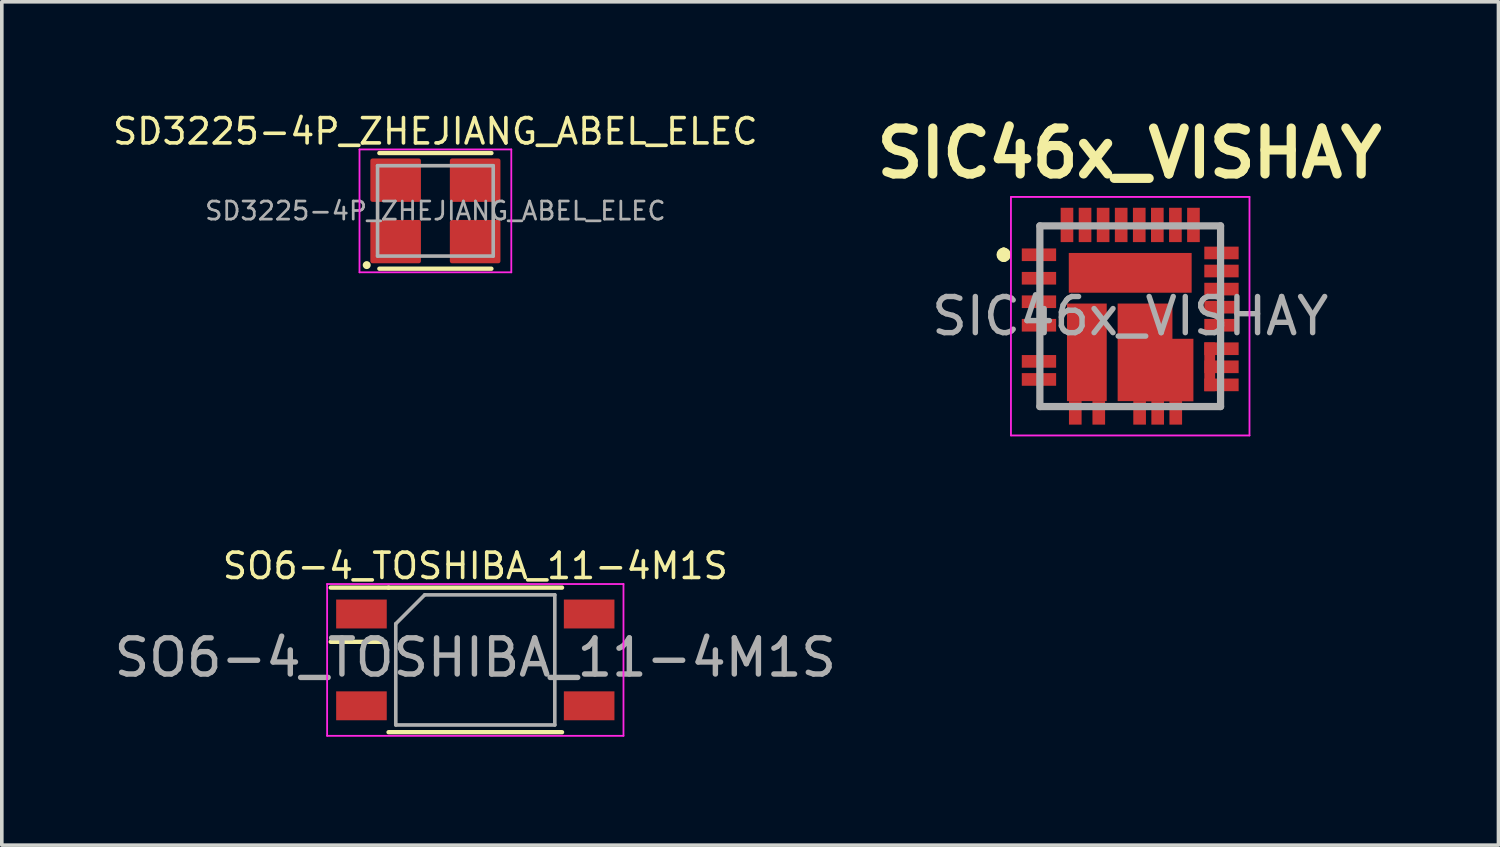
<source format=kicad_pcb>
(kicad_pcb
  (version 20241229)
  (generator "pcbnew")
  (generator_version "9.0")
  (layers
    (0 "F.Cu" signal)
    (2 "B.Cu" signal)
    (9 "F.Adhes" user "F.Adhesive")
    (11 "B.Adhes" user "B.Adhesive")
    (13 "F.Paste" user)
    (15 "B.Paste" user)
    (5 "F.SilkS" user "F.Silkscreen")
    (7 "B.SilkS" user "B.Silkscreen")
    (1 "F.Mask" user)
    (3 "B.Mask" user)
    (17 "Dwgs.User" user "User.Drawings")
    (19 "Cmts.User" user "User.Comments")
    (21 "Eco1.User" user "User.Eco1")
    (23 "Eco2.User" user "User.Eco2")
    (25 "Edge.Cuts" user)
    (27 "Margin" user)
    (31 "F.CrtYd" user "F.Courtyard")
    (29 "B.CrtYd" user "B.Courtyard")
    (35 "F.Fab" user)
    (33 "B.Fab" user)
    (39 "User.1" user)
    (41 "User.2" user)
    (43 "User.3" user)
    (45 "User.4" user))
  (footprint "SIC46x_VISHAY"
    (layer "F.Cu")
    (at 28.222 5.699)
    (property "Reference" "SIC46x_VISHAY" (at -0.02 -4.51 0) (layer "F.SilkS") (effects (font (size 1.27 1.27) (thickness 0.254))))
    (fp_line (start -3.5 -1.8) (end -3.5 -1.8) (stroke (width 0.2) (type solid)) (layer "F.SilkS"))
    (fp_line (start -3.5 -1.6) (end -3.5 -1.6) (stroke (width 0.2) (type solid)) (layer "F.SilkS"))
    (fp_line (start -2.5 -2.5) (end -2.5 -2.2) (stroke (width 0.1) (type solid)) (layer "F.SilkS"))
    (fp_line (start -2.5 0.7) (end -2.5 0.8) (stroke (width 0.1) (type solid)) (layer "F.SilkS"))
    (fp_line (start -2.5 2.5) (end -2.5 2.3) (stroke (width 0.1) (type solid)) (layer "F.SilkS"))
    (fp_line (start -2.2 -2.5) (end -2.5 -2.5) (stroke (width 0.1) (type solid)) (layer "F.SilkS"))
    (fp_line (start -2 2.5) (end -2.5 2.5) (stroke (width 0.1) (type solid)) (layer "F.SilkS"))
    (fp_line (start 2 2.5) (end 2.5 2.5) (stroke (width 0.1) (type solid)) (layer "F.SilkS"))
    (fp_line (start 2.5 -2.5) (end 2.2 -2.5) (stroke (width 0.1) (type solid)) (layer "F.SilkS"))
    (fp_line (start 2.5 -2.2) (end 2.5 -2.5) (stroke (width 0.1) (type solid)) (layer "F.SilkS"))
    (fp_line (start 2.5 2.5) (end 2.5 2.3) (stroke (width 0.1) (type solid)) (layer "F.SilkS"))
    (fp_arc (start -3.5 -1.8) (mid -3.4 -1.7) (end -3.5 -1.6) (stroke (width 0.2) (type solid)) (layer "F.SilkS"))
    (fp_arc (start -3.5 -1.6) (mid -3.6 -1.7) (end -3.5 -1.8) (stroke (width 0.2) (type solid)) (layer "F.SilkS"))
    (fp_rect (start -1.49 -0.09) (end -0.91 0.79) (stroke (width 0.12) (type solid)) (fill yes) (layer "F.Paste"))
    (fp_rect (start -1.49 1.21) (end -0.91 2.09) (stroke (width 0.12) (type solid)) (fill yes) (layer "F.Paste"))
    (fp_rect (start -1.44 -1.49) (end -1.06 -0.91) (stroke (width 0.12) (type solid)) (fill yes) (layer "F.Paste"))
    (fp_rect (start -0.44 -1.49) (end 0.44 -0.91) (stroke (width 0.12) (type solid)) (fill yes) (layer "F.Paste"))
    (fp_rect (start -0.09 -0.09) (end 0.91 0.36) (stroke (width 0.12) (type solid)) (fill yes) (layer "F.Paste"))
    (fp_rect (start -0.09 0.78) (end 0.91 1.23) (stroke (width 0.12) (type solid)) (fill yes) (layer "F.Paste"))
    (fp_rect (start -0.09 1.645) (end 0.91 2.095) (stroke (width 0.12) (type solid)) (fill yes) (layer "F.Paste"))
    (fp_rect (start 1.06 -1.49) (end 1.44 -0.91) (stroke (width 0.12) (type solid)) (fill yes) (layer "F.Paste"))
    (fp_rect (start 1.16 0.885) (end 1.43 2.095) (stroke (width 0.12) (type solid)) (fill yes) (layer "F.Paste"))
    (fp_rect (start 2.12 0.79) (end 2.28 2.02) (stroke (width 0.12) (type solid)) (fill yes) (layer "F.Paste"))
    (fp_line (start -3.3 -3.3) (end 3.3 -3.3) (stroke (width 0.05) (type solid)) (layer "F.CrtYd"))
    (fp_line (start -3.3 3.3) (end -3.3 -3.3) (stroke (width 0.05) (type solid)) (layer "F.CrtYd"))
    (fp_line (start 3.3 3.3) (end -3.3 3.3) (stroke (width 0.05) (type solid)) (layer "F.CrtYd"))
    (fp_line (start 3.3 3.3) (end 3.3 -3.3) (stroke (width 0.05) (type solid)) (layer "F.CrtYd"))
    (fp_line (start -2.5 -2.5) (end 2.5 -2.5) (stroke (width 0.2) (type solid)) (layer "F.Fab"))
    (fp_line (start -2.5 2.5) (end -2.5 -2.5) (stroke (width 0.2) (type solid)) (layer "F.Fab"))
    (fp_line (start 2.5 -2.5) (end 2.5 2.5) (stroke (width 0.2) (type solid)) (layer "F.Fab"))
    (fp_line (start 2.5 2.5) (end -2.5 2.5) (stroke (width 0.2) (type solid)) (layer "F.Fab"))
    (fp_text user "${REFERENCE}" (at 0 0 0) (layer "F.Fab") (effects (font (size 1 1) (thickness 0.15))))
    (pad "1" smd rect (at -2.525 -1.7 90) (size 0.35 0.95) (layers "F.Cu" "F.Mask" "F.Paste"))
    (pad "2" smd rect (at -2.525 -1.05 90) (size 0.35 0.95) (layers "F.Cu" "F.Mask" "F.Paste"))
    (pad "3" smd rect (at -2.525 -0.4 90) (size 0.35 0.95) (layers "F.Cu" "F.Mask" "F.Paste"))
    (pad "4" smd rect (at -2.525 0.25 90) (size 0.35 0.95) (layers "F.Cu" "F.Mask" "F.Paste"))
    (pad "5" smd rect (at -2.525 1.25 90) (size 0.35 0.95) (layers "F.Cu" "F.Mask" "F.Paste"))
    (pad "6" smd rect (at -2.525 1.75 90) (size 0.35 0.95) (layers "F.Cu" "F.Mask" "F.Paste"))
    (pad "7" smd rect (at -1.52 2.675) (size 0.35 0.65) (layers "F.Cu" "F.Mask" "F.Paste"))
    (pad "8" smd rect (at -0.87 2.675) (size 0.35 0.65) (layers "F.Cu" "F.Mask" "F.Paste"))
    (pad "9" smd rect (at 0.26 2.675) (size 0.35 0.65) (layers "F.Cu" "F.Mask" "F.Paste"))
    (pad "10" smd rect (at 0.76 2.675) (size 0.35 0.65) (layers "F.Cu" "F.Mask" "F.Paste"))
    (pad "11" smd rect (at 1.26 2.675) (size 0.35 0.65) (layers "F.Cu" "F.Mask" "F.Paste"))
    (pad "12" smd rect (at 2.525 1.9 90) (size 0.35 0.95) (layers "F.Cu" "F.Mask" "F.Paste"))
    (pad "13" smd rect (at 2.2 1.4) (size 0.3 1.35) (layers "F.Cu" "F.Mask"))
    (pad "13" smd rect (at 2.525 1.4 90) (size 0.35 0.95) (layers "F.Cu" "F.Mask" "F.Paste"))
    (pad "14" smd rect (at 2.525 0.9 90) (size 0.35 0.95) (layers "F.Cu" "F.Mask" "F.Paste"))
    (pad "15" smd rect (at 2.525 0.25 90) (size 0.35 0.95) (layers "F.Cu" "F.Mask" "F.Paste"))
    (pad "16" smd rect (at 2.525 -0.25 90) (size 0.35 0.95) (layers "F.Cu" "F.Mask" "F.Paste"))
    (pad "17" smd rect (at 2.525 -0.75 90) (size 0.35 0.95) (layers "F.Cu" "F.Mask" "F.Paste"))
    (pad "18" smd rect (at 2.525 -1.25 90) (size 0.35 0.95) (layers "F.Cu" "F.Mask" "F.Paste"))
    (pad "19" smd rect (at 2.525 -1.75 90) (size 0.35 0.95) (layers "F.Cu" "F.Mask" "F.Paste"))
    (pad "20" smd rect (at 1.75 -2.525) (size 0.35 0.95) (layers "F.Cu" "F.Mask" "F.Paste"))
    (pad "21" smd rect (at 1.25 -2.525) (size 0.35 0.95) (layers "F.Cu" "F.Mask" "F.Paste"))
    (pad "22" smd rect (at 0.75 -2.525) (size 0.35 0.95) (layers "F.Cu" "F.Mask" "F.Paste"))
    (pad "23" smd rect (at 0.25 -2.525) (size 0.35 0.95) (layers "F.Cu" "F.Mask" "F.Paste"))
    (pad "24" smd rect (at -0.25 -2.525) (size 0.35 0.95) (layers "F.Cu" "F.Mask" "F.Paste"))
    (pad "25" smd rect (at -0.75 -2.525) (size 0.35 0.95) (layers "F.Cu" "F.Mask" "F.Paste"))
    (pad "26" smd rect (at -1.25 -2.525) (size 0.35 0.95) (layers "F.Cu" "F.Mask" "F.Paste"))
    (pad "27" smd rect (at -1.75 -2.525) (size 0.35 0.95) (layers "F.Cu" "F.Mask" "F.Paste"))
    (pad "28" smd rect (at 0 -1.2 90) (size 1.1 3.4) (layers "F.Cu" "F.Mask"))
    (pad "29" smd rect (at -1.2 1) (size 1.1 2.7) (layers "F.Cu" "F.Mask"))
    (pad "30" smd rect (at 0.41 1) (size 1.516 2.7) (layers "F.Cu" "F.Mask"))
    (pad "30" smd rect (at 1.05 1.49) (size 1.397 1.73) (layers "F.Cu" "F.Mask")))
  (footprint "SO6-4_TOSHIBA_11-4M1S"
    (layer "F.Cu")
    (at 10.101 15.209)
    (property "Reference" "SO6-4_TOSHIBA_11-4M1S" (at 0 -2.6 0) (layer "F.SilkS") (effects (font (size 0.7 0.7) (thickness 0.1))))
    (attr smd)
    (fp_line (start -2.5 -0.5) (end -4 -0.5) (stroke (width 0.12) (type solid)) (layer "F.SilkS"))
    (fp_line (start -2.4 -2) (end -4 -2) (stroke (width 0.12) (type solid)) (layer "F.SilkS"))
    (fp_line (start -2.4 -2) (end 2.4 -2) (stroke (width 0.12) (type solid)) (layer "F.SilkS"))
    (fp_line (start 2.4 2) (end -2.4 2) (stroke (width 0.12) (type solid)) (layer "F.SilkS"))
    (fp_line (start -4.1 -2.1) (end -4.1 2.1) (stroke (width 0.05) (type solid)) (layer "F.CrtYd"))
    (fp_line (start -4.1 -2.1) (end 4.1 -2.1) (stroke (width 0.05) (type solid)) (layer "F.CrtYd"))
    (fp_line (start 4.1 2.1) (end -4.1 2.1) (stroke (width 0.05) (type solid)) (layer "F.CrtYd"))
    (fp_line (start 4.1 2.1) (end 4.1 -2.1) (stroke (width 0.05) (type solid)) (layer "F.CrtYd"))
    (fp_line (start -2.2 -1) (end -1.4 -1.8) (stroke (width 0.1) (type solid)) (layer "F.Fab"))
    (fp_line (start -2.2 1.8) (end -2.2 -1) (stroke (width 0.1) (type solid)) (layer "F.Fab"))
    (fp_line (start -1.4 -1.8) (end 2.2 -1.8) (stroke (width 0.1) (type solid)) (layer "F.Fab"))
    (fp_line (start 2.2 -1.8) (end 2.2 1.8) (stroke (width 0.1) (type solid)) (layer "F.Fab"))
    (fp_line (start 2.2 1.8) (end -2.2 1.8) (stroke (width 0.1) (type solid)) (layer "F.Fab"))
    (fp_text user "${REFERENCE}" (at 0 -0.065 0) (layer "F.Fab") (effects (font (size 1 1) (thickness 0.15))))
    (pad "1" smd rect (at -3.15 -1.27) (size 1.4 0.8) (layers "F.Cu" "F.Mask" "F.Paste"))
    (pad "3" smd rect (at -3.15 1.27) (size 1.4 0.8) (layers "F.Cu" "F.Mask" "F.Paste"))
    (pad "4" smd rect (at 3.15 1.27) (size 1.4 0.8) (layers "F.Cu" "F.Mask" "F.Paste"))
    (pad "6" smd rect (at 3.15 -1.27) (size 1.4 0.8) (layers "F.Cu" "F.Mask" "F.Paste")))
  (footprint "SD3225-4P_ZHEJIANG_ABEL_ELEC"
    (layer "F.Cu")
    (at 8.997 2.785)
    (property "Reference" "SD3225-4P_ZHEJIANG_ABEL_ELEC" (at 0 -2.2 0) (layer "F.SilkS") (effects (font (size 0.7 0.7) (thickness 0.1))))
    (attr smd)
    (fp_line (start -1.55 -1.6) (end 1.55 -1.6) (stroke (width 0.12) (type solid)) (layer "F.SilkS"))
    (fp_line (start -1.55 1.6) (end 1.55 1.6) (stroke (width 0.12) (type solid)) (layer "F.SilkS"))
    (fp_circle (center -1.9 1.5) (end -1.85 1.5) (stroke (width 0.12) (type solid)) (fill yes) (layer "F.SilkS"))
    (fp_line (start -2.1 -1.7) (end -2.1 1.7) (stroke (width 0.05) (type solid)) (layer "F.CrtYd"))
    (fp_line (start -2.1 1.7) (end 2.1 1.7) (stroke (width 0.05) (type solid)) (layer "F.CrtYd"))
    (fp_line (start 2.1 -1.7) (end -2.1 -1.7) (stroke (width 0.05) (type solid)) (layer "F.CrtYd"))
    (fp_line (start 2.1 1.7) (end 2.1 -1.7) (stroke (width 0.05) (type solid)) (layer "F.CrtYd"))
    (fp_line (start -1.6 1.25) (end -1.6 -1.25) (stroke (width 0.1) (type solid)) (layer "F.Fab"))
    (fp_line (start 1.6 -1.25) (end -1.6 -1.25) (stroke (width 0.1) (type solid)) (layer "F.Fab"))
    (fp_line (start 1.6 1.25) (end -1.6 1.25) (stroke (width 0.1) (type solid)) (layer "F.Fab"))
    (fp_line (start 1.6 1.25) (end 1.6 -1.25) (stroke (width 0.1) (type solid)) (layer "F.Fab"))
    (fp_text user "${REFERENCE}" (at 0 0 0) (layer "F.Fab") (effects (font (size 0.5 0.5) (thickness 0.075))))
    (pad "1" smd roundrect (at -1.1 0.85) (size 1.4 1.2) (layers "F.Cu" "F.Mask" "F.Paste") (roundrect_rratio 0.05))
    (pad "2" smd roundrect (at 1.1 0.85) (size 1.4 1.2) (layers "F.Cu" "F.Mask" "F.Paste") (roundrect_rratio 0.05))
    (pad "3" smd roundrect (at 1.1 -0.85) (size 1.4 1.2) (layers "F.Cu" "F.Mask" "F.Paste") (roundrect_rratio 0.05))
    (pad "4" smd roundrect (at -1.1 -0.85) (size 1.4 1.2) (layers "F.Cu" "F.Mask" "F.Paste") (roundrect_rratio 0.05)))
  (gr_rect
    (start -3 -3)
    (end 38.411 20.334)
    (stroke (width 0.1) (type default))
    (fill no)
    (layer "Edge.Cuts")))
</source>
